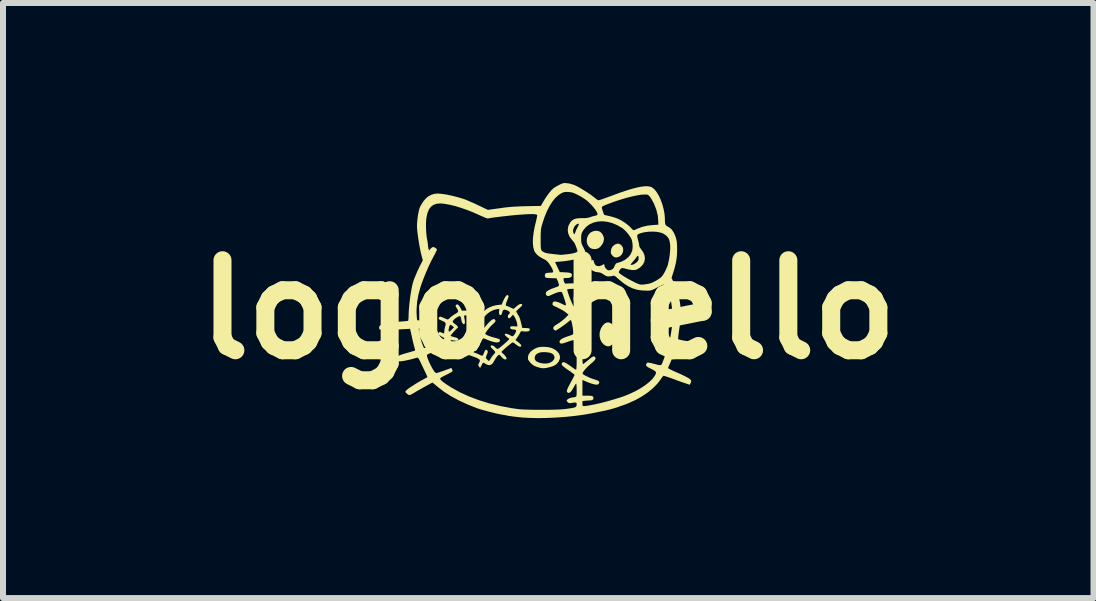
<source format=kicad_pcb>
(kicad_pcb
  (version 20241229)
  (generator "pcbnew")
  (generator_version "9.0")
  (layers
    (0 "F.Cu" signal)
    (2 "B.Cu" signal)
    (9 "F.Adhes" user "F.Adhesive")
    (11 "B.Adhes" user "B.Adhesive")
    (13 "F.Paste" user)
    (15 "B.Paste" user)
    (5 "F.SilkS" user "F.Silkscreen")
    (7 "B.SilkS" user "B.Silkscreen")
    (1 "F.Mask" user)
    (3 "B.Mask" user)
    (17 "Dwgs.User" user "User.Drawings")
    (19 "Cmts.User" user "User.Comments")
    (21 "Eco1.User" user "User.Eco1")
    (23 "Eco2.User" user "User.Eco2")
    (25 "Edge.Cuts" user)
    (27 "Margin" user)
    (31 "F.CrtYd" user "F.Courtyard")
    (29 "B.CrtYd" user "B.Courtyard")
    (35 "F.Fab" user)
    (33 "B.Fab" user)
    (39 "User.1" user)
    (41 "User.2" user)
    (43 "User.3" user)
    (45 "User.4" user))
  (footprint "logo hello"
    (layer "F.Cu")
    (at 6.086 2.108)
    (property "Reference" "logo hello" (at 0 0 0) (layer "F.SilkS") (effects (font (size 1.5 1.5) (thickness 0.3))))
    (attr board_only exclude_from_pos_files exclude_from_bom)
    (fp_poly (pts (xy 1.181 -1.096) (xy 1.21 -1.078) (xy 1.222 -1.067) (xy 1.242 -1.034) (xy 1.249 -0.996) (xy 1.243 -0.957) (xy 1.226 -0.92) (xy 1.198 -0.891) (xy 1.176 -0.879) (xy 1.139 -0.868) (xy 1.108 -0.87) (xy 1.08 -0.888) (xy 1.071 -0.896) (xy 1.052 -0.919) (xy 1.043 -0.941) (xy 1.042 -0.962) (xy 1.049 -1.01) (xy 1.071 -1.051) (xy 1.106 -1.08) (xy 1.115 -1.085) (xy 1.151 -1.098)) (stroke (width 0) (type solid)) (fill yes) (layer "F.SilkS"))
    (fp_poly (pts (xy 1.016 0.216) (xy 1.052 0.234) (xy 1.087 0.268) (xy 1.11 0.305) (xy 1.134 0.366) (xy 1.14 0.426) (xy 1.131 0.483) (xy 1.106 0.537) (xy 1.067 0.582) (xy 1.031 0.606) (xy 0.996 0.614) (xy 0.959 0.604) (xy 0.927 0.584) (xy 0.891 0.546) (xy 0.867 0.498) (xy 0.855 0.443) (xy 0.856 0.386) (xy 0.871 0.33) (xy 0.878 0.312) (xy 0.909 0.263) (xy 0.943 0.231) (xy 0.979 0.215)) (stroke (width 0) (type solid)) (fill yes) (layer "F.SilkS"))
    (fp_poly (pts (xy 0.828 -1.31) (xy 0.864 -1.296) (xy 0.864 -1.296) (xy 0.892 -1.27) (xy 0.914 -1.233) (xy 0.927 -1.193) (xy 0.928 -1.177) (xy 0.92 -1.13) (xy 0.898 -1.084) (xy 0.865 -1.044) (xy 0.83 -1.019) (xy 0.792 -1.008) (xy 0.749 -1.008) (xy 0.71 -1.02) (xy 0.699 -1.026) (xy 0.667 -1.058) (xy 0.647 -1.098) (xy 0.64 -1.142) (xy 0.645 -1.189) (xy 0.662 -1.233) (xy 0.691 -1.271) (xy 0.706 -1.284) (xy 0.743 -1.303) (xy 0.786 -1.312)) (stroke (width 0) (type solid)) (fill yes) (layer "F.SilkS"))
    (fp_poly (pts (xy -0.004 0.626) (xy 0.055 0.64) (xy 0.107 0.665) (xy 0.143 0.692) (xy 0.177 0.731) (xy 0.194 0.774) (xy 0.194 0.817) (xy 0.176 0.861) (xy 0.156 0.889) (xy 0.133 0.912) (xy 0.107 0.93) (xy 0.075 0.944) (xy 0.032 0.958) (xy 0.011 0.963) (xy -0.035 0.974) (xy -0.071 0.978) (xy -0.104 0.977) (xy -0.141 0.97) (xy -0.162 0.964) (xy -0.195 0.953) (xy -0.226 0.942) (xy -0.241 0.934) (xy -0.267 0.916) (xy -0.294 0.89) (xy -0.318 0.862) (xy -0.334 0.836) (xy -0.338 0.827) (xy -0.339 0.79) (xy -0.226 0.79) (xy -0.225 0.824) (xy -0.218 0.842) (xy -0.198 0.863) (xy -0.165 0.88) (xy -0.123 0.893) (xy -0.077 0.899) (xy -0.031 0.899) (xy 0.01 0.892) (xy 0.023 0.888) (xy 0.064 0.865) (xy 0.091 0.837) (xy 0.104 0.807) (xy 0.101 0.777) (xy 0.083 0.749) (xy 0.059 0.731) (xy 0.032 0.721) (xy -0.006 0.714) (xy -0.05 0.71) (xy -0.094 0.71) (xy -0.133 0.714) (xy -0.145 0.717) (xy -0.185 0.734) (xy -0.212 0.759) (xy -0.226 0.79) (xy -0.339 0.79) (xy -0.339 0.786) (xy -0.325 0.745) (xy -0.297 0.705) (xy -0.256 0.671) (xy -0.212 0.646) (xy -0.183 0.634) (xy -0.157 0.627) (xy -0.129 0.623) (xy -0.091 0.621) (xy -0.075 0.621)) (stroke (width 0) (type solid)) (fill yes) (layer "F.SilkS"))
    (fp_poly (pts (xy -0.889 0.168) (xy -0.883 0.177) (xy -0.879 0.187) (xy -0.881 0.197) (xy -0.89 0.211) (xy -0.909 0.23) (xy -0.931 0.25) (xy -0.96 0.279) (xy -0.988 0.311) (xy -1.014 0.344) (xy -1.035 0.372) (xy -1.048 0.394) (xy -1.05 0.403) (xy -1.042 0.413) (xy -1.02 0.426) (xy -0.988 0.44) (xy -0.947 0.454) (xy -0.902 0.467) (xy -0.86 0.478) (xy -0.832 0.487) (xy -0.816 0.495) (xy -0.808 0.503) (xy -0.805 0.514) (xy -0.805 0.517) (xy -0.813 0.536) (xy -0.833 0.546) (xy -0.867 0.548) (xy -0.911 0.54) (xy -0.964 0.524) (xy -1.006 0.508) (xy -1.046 0.491) (xy -1.073 0.481) (xy -1.091 0.479) (xy -1.103 0.485) (xy -1.113 0.502) (xy -1.125 0.529) (xy -1.129 0.54) (xy -1.152 0.595) (xy -1.171 0.635) (xy -1.186 0.663) (xy -1.198 0.68) (xy -1.21 0.689) (xy -1.221 0.691) (xy -1.236 0.689) (xy -1.242 0.679) (xy -1.243 0.661) (xy -1.239 0.64) (xy -1.229 0.608) (xy -1.215 0.569) (xy -1.203 0.542) (xy -1.187 0.504) (xy -1.175 0.472) (xy -1.166 0.447) (xy -1.164 0.437) (xy -1.172 0.424) (xy -1.195 0.406) (xy -1.234 0.381) (xy -1.242 0.376) (xy -1.288 0.349) (xy -1.319 0.327) (xy -1.338 0.31) (xy -1.346 0.295) (xy -1.345 0.285) (xy -1.332 0.273) (xy -1.308 0.273) (xy -1.274 0.286) (xy -1.23 0.31) (xy -1.223 0.315) (xy -1.183 0.341) (xy -1.153 0.357) (xy -1.132 0.363) (xy -1.115 0.36) (xy -1.099 0.347) (xy -1.081 0.324) (xy -1.076 0.318) (xy -1.051 0.286) (xy -1.02 0.249) (xy -0.989 0.215) (xy -0.986 0.212) (xy -0.952 0.18) (xy -0.925 0.162) (xy -0.904 0.158)) (stroke (width 0) (type solid)) (fill yes) (layer "F.SilkS"))
    (fp_poly (pts (xy -0.669 -0.235) (xy -0.663 -0.227) (xy -0.662 -0.216) (xy -0.667 -0.198) (xy -0.678 -0.17) (xy -0.682 -0.16) (xy -0.7 -0.114) (xy -0.708 -0.083) (xy -0.706 -0.065) (xy -0.698 -0.061) (xy -0.685 -0.058) (xy -0.661 -0.048) (xy -0.633 -0.036) (xy -0.579 -0.01) (xy -0.528 -0.054) (xy -0.496 -0.079) (xy -0.472 -0.092) (xy -0.455 -0.094) (xy -0.437 -0.088) (xy -0.434 -0.076) (xy -0.446 -0.056) (xy -0.474 -0.029) (xy -0.482 -0.023) (xy -0.507 -0.001) (xy -0.525 0.018) (xy -0.534 0.03) (xy -0.534 0.031) (xy -0.529 0.044) (xy -0.517 0.065) (xy -0.504 0.087) (xy -0.484 0.121) (xy -0.469 0.162) (xy -0.455 0.216) (xy -0.454 0.219) (xy -0.434 0.306) (xy -0.372 0.308) (xy -0.34 0.31) (xy -0.321 0.313) (xy -0.312 0.319) (xy -0.308 0.328) (xy -0.308 0.33) (xy -0.312 0.35) (xy -0.332 0.362) (xy -0.368 0.366) (xy -0.4 0.365) (xy -0.455 0.36) (xy -0.469 0.388) (xy -0.482 0.41) (xy -0.5 0.44) (xy -0.515 0.463) (xy -0.547 0.509) (xy -0.521 0.528) (xy -0.49 0.552) (xy -0.466 0.575) (xy -0.451 0.595) (xy -0.449 0.606) (xy -0.46 0.619) (xy -0.481 0.618) (xy -0.509 0.604) (xy -0.539 0.582) (xy -0.57 0.558) (xy -0.59 0.548) (xy -0.598 0.549) (xy -0.617 0.562) (xy -0.643 0.583) (xy -0.674 0.607) (xy -0.705 0.634) (xy -0.734 0.659) (xy -0.758 0.682) (xy -0.774 0.698) (xy -0.779 0.705) (xy -0.772 0.718) (xy -0.756 0.734) (xy -0.752 0.737) (xy -0.731 0.757) (xy -0.712 0.78) (xy -0.699 0.802) (xy -0.695 0.819) (xy -0.696 0.823) (xy -0.711 0.832) (xy -0.732 0.829) (xy -0.757 0.812) (xy -0.776 0.792) (xy -0.795 0.771) (xy -0.811 0.757) (xy -0.819 0.753) (xy -0.834 0.76) (xy -0.854 0.781) (xy -0.875 0.811) (xy -0.897 0.848) (xy -0.9 0.854) (xy -0.926 0.896) (xy -0.955 0.92) (xy -0.986 0.928) (xy -1.022 0.918) (xy -1.043 0.906) (xy -1.065 0.893) (xy -1.08 0.885) (xy -1.083 0.884) (xy -1.091 0.891) (xy -1.103 0.91) (xy -1.112 0.928) (xy -1.124 0.952) (xy -1.133 0.968) (xy -1.137 0.971) (xy -1.144 0.965) (xy -1.155 0.948) (xy -1.156 0.947) (xy -1.165 0.929) (xy -1.165 0.914) (xy -1.156 0.895) (xy -1.154 0.892) (xy -1.142 0.864) (xy -1.14 0.845) (xy -1.15 0.83) (xy -1.174 0.815) (xy -1.194 0.805) (xy -1.223 0.793) (xy -1.262 0.779) (xy -1.306 0.764) (xy -1.352 0.749) (xy -1.395 0.736) (xy -1.432 0.725) (xy -1.459 0.719) (xy -1.47 0.718) (xy -1.485 0.723) (xy -1.507 0.737) (xy -1.533 0.757) (xy -1.559 0.779) (xy -1.577 0.791) (xy -1.59 0.795) (xy -1.602 0.792) (xy -1.611 0.787) (xy -1.622 0.775) (xy -1.617 0.758) (xy -1.596 0.738) (xy -1.58 0.727) (xy -1.561 0.711) (xy -1.55 0.696) (xy -1.549 0.693) (xy -1.556 0.68) (xy -1.574 0.664) (xy -1.589 0.654) (xy -1.617 0.632) (xy -1.648 0.605) (xy -1.663 0.589) (xy -1.698 0.549) (xy -1.723 0.572) (xy -1.745 0.59) (xy -1.76 0.594) (xy -1.774 0.585) (xy -1.776 0.583) (xy -1.78 0.572) (xy -1.775 0.556) (xy -1.761 0.531) (xy -1.76 0.529) (xy -1.745 0.505) (xy -1.735 0.486) (xy -1.733 0.48) (xy -1.74 0.472) (xy -1.758 0.46) (xy -1.766 0.456) (xy -1.793 0.44) (xy -1.797 0.437) (xy -1.628 0.437) (xy -1.62 0.443) (xy -1.6 0.45) (xy -1.571 0.458) (xy -1.57 0.458) (xy -1.528 0.47) (xy -1.504 0.484) (xy -1.497 0.498) (xy -1.508 0.515) (xy -1.509 0.516) (xy -1.522 0.522) (xy -1.541 0.521) (xy -1.571 0.516) (xy -1.599 0.512) (xy -1.618 0.51) (xy -1.625 0.511) (xy -1.625 0.522) (xy -1.614 0.54) (xy -1.594 0.561) (xy -1.569 0.584) (xy -1.542 0.604) (xy -1.515 0.619) (xy -1.496 0.626) (xy -1.467 0.626) (xy -1.447 0.616) (xy -1.414 0.592) (xy -1.39 0.578) (xy -1.374 0.571) (xy -1.36 0.569) (xy -1.359 0.569) (xy -1.34 0.574) (xy -1.333 0.586) (xy -1.338 0.603) (xy -1.354 0.619) (xy -1.374 0.63) (xy -1.392 0.641) (xy -1.4 0.652) (xy -1.4 0.653) (xy -1.399 0.664) (xy -1.397 0.665) (xy -1.382 0.668) (xy -1.355 0.676) (xy -1.319 0.687) (xy -1.279 0.7) (xy -1.239 0.714) (xy -1.203 0.728) (xy -1.174 0.739) (xy -1.163 0.744) (xy -1.135 0.758) (xy -1.112 0.767) (xy -1.1 0.77) (xy -1.092 0.763) (xy -1.08 0.743) (xy -1.071 0.72) (xy -1.058 0.689) (xy -1.046 0.673) (xy -1.037 0.67) (xy -1.018 0.677) (xy -1.009 0.695) (xy -1.011 0.721) (xy -1.013 0.726) (xy -1.025 0.755) (xy -1.035 0.779) (xy -1.04 0.797) (xy -1.037 0.81) (xy -1.024 0.827) (xy -1.02 0.831) (xy -1.003 0.848) (xy -0.991 0.857) (xy -0.989 0.858) (xy -0.983 0.851) (xy -0.97 0.833) (xy -0.957 0.812) (xy -0.938 0.783) (xy -0.918 0.757) (xy -0.907 0.745) (xy -0.891 0.727) (xy -0.884 0.711) (xy -0.884 0.71) (xy -0.89 0.698) (xy -0.906 0.679) (xy -0.925 0.661) (xy -0.949 0.637) (xy -0.96 0.62) (xy -0.96 0.61) (xy -0.948 0.597) (xy -0.928 0.598) (xy -0.904 0.611) (xy -0.888 0.626) (xy -0.868 0.644) (xy -0.851 0.655) (xy -0.846 0.656) (xy -0.833 0.651) (xy -0.809 0.635) (xy -0.778 0.61) (xy -0.74 0.578) (xy -0.7 0.542) (xy -0.683 0.527) (xy -0.662 0.506) (xy -0.652 0.494) (xy -0.652 0.486) (xy -0.658 0.481) (xy -0.683 0.464) (xy -0.705 0.444) (xy -0.721 0.426) (xy -0.726 0.415) (xy -0.72 0.405) (xy -0.701 0.403) (xy -0.674 0.41) (xy -0.642 0.425) (xy -0.639 0.426) (xy -0.614 0.44) (xy -0.599 0.445) (xy -0.589 0.443) (xy -0.579 0.434) (xy -0.562 0.414) (xy -0.547 0.388) (xy -0.538 0.364) (xy -0.537 0.346) (xy -0.537 0.345) (xy -0.55 0.336) (xy -0.575 0.333) (xy -0.576 0.333) (xy -0.607 0.329) (xy -0.628 0.319) (xy -0.637 0.304) (xy -0.634 0.292) (xy -0.625 0.283) (xy -0.61 0.278) (xy -0.585 0.278) (xy -0.57 0.279) (xy -0.516 0.282) (xy -0.516 0.255) (xy -0.521 0.225) (xy -0.532 0.188) (xy -0.547 0.15) (xy -0.564 0.118) (xy -0.571 0.109) (xy -0.589 0.086) (xy -0.617 0.119) (xy -0.639 0.14) (xy -0.655 0.147) (xy -0.659 0.146) (xy -0.671 0.134) (xy -0.674 0.113) (xy -0.669 0.092) (xy -0.656 0.077) (xy -0.64 0.061) (xy -0.642 0.044) (xy -0.659 0.027) (xy -0.679 0.016) (xy -0.714 0.004) (xy -0.738 0.002) (xy -0.754 0.013) (xy -0.765 0.038) (xy -0.765 0.041) (xy -0.776 0.075) (xy -0.789 0.091) (xy -0.803 0.092) (xy -0.81 0.087) (xy -0.819 0.074) (xy -0.822 0.053) (xy -0.82 0.032) (xy -0.816 -0.011) (xy -0.858 -0.006) (xy -0.913 0.008) (xy -0.969 0.036) (xy -1.021 0.074) (xy -1.064 0.119) (xy -1.091 0.159) (xy -1.104 0.183) (xy -1.114 0.198) (xy -1.119 0.201) (xy -1.128 0.196) (xy -1.145 0.181) (xy -1.155 0.171) (xy -1.182 0.148) (xy -1.204 0.141) (xy -1.22 0.151) (xy -1.226 0.16) (xy -1.239 0.18) (xy -1.256 0.2) (xy -1.271 0.215) (xy -1.279 0.219) (xy -1.288 0.211) (xy -1.291 0.193) (xy -1.287 0.168) (xy -1.282 0.154) (xy -1.273 0.127) (xy -1.273 0.11) (xy -1.286 0.101) (xy -1.312 0.097) (xy -1.337 0.096) (xy -1.368 0.097) (xy -1.391 0.099) (xy -1.402 0.101) (xy -1.402 0.101) (xy -1.403 0.111) (xy -1.4 0.133) (xy -1.395 0.158) (xy -1.389 0.196) (xy -1.39 0.225) (xy -1.399 0.242) (xy -1.408 0.245) (xy -1.422 0.237) (xy -1.436 0.216) (xy -1.446 0.187) (xy -1.448 0.176) (xy -1.453 0.148) (xy -1.46 0.126) (xy -1.462 0.121) (xy -1.469 0.111) (xy -1.479 0.11) (xy -1.497 0.116) (xy -1.504 0.119) (xy -1.531 0.134) (xy -1.558 0.154) (xy -1.58 0.177) (xy -1.592 0.196) (xy -1.593 0.202) (xy -1.586 0.215) (xy -1.568 0.232) (xy -1.549 0.245) (xy -1.52 0.268) (xy -1.506 0.288) (xy -1.508 0.305) (xy -1.518 0.312) (xy -1.53 0.322) (xy -1.548 0.341) (xy -1.57 0.365) (xy -1.593 0.39) (xy -1.612 0.413) (xy -1.625 0.43) (xy -1.628 0.437) (xy -1.797 0.437) (xy -1.817 0.424) (xy -1.82 0.421) (xy -1.835 0.408) (xy -1.836 0.399) (xy -1.826 0.386) (xy -1.826 0.386) (xy -1.815 0.375) (xy -1.805 0.373) (xy -1.789 0.379) (xy -1.777 0.385) (xy -1.755 0.394) (xy -1.741 0.397) (xy -1.738 0.396) (xy -1.735 0.385) (xy -1.733 0.363) (xy -1.733 0.36) (xy -1.732 0.355) (xy -1.661 0.355) (xy -1.656 0.367) (xy -1.642 0.364) (xy -1.62 0.346) (xy -1.606 0.332) (xy -1.571 0.296) (xy -1.596 0.275) (xy -1.614 0.261) (xy -1.627 0.254) (xy -1.628 0.254) (xy -1.64 0.262) (xy -1.65 0.285) (xy -1.658 0.318) (xy -1.66 0.328) (xy -1.661 0.355) (xy -1.732 0.355) (xy -1.73 0.334) (xy -1.723 0.301) (xy -1.718 0.282) (xy -1.71 0.25) (xy -1.711 0.228) (xy -1.723 0.211) (xy -1.749 0.196) (xy -1.764 0.19) (xy -1.798 0.174) (xy -1.819 0.163) (xy -1.828 0.153) (xy -1.826 0.143) (xy -1.817 0.13) (xy -1.817 0.128) (xy -1.81 0.121) (xy -1.801 0.118) (xy -1.787 0.121) (xy -1.763 0.131) (xy -1.743 0.139) (xy -1.713 0.152) (xy -1.689 0.162) (xy -1.675 0.166) (xy -1.674 0.166) (xy -1.664 0.16) (xy -1.647 0.146) (xy -1.636 0.135) (xy -1.612 0.114) (xy -1.58 0.091) (xy -1.551 0.073) (xy -1.521 0.055) (xy -1.505 0.04) (xy -1.502 0.024) (xy -1.51 0.002) (xy -1.529 -0.029) (xy -1.542 -0.052) (xy -1.544 -0.066) (xy -1.54 -0.075) (xy -1.522 -0.087) (xy -1.503 -0.081) (xy -1.481 -0.057) (xy -1.467 -0.033) (xy -1.44 0.017) (xy -1.396 0.017) (xy -1.363 0.02) (xy -1.323 0.026) (xy -1.296 0.031) (xy -1.267 0.037) (xy -1.244 0.039) (xy -1.234 0.037) (xy -1.227 0.024) (xy -1.217 -0.001) (xy -1.207 -0.031) (xy -1.198 -0.062) (xy -1.192 -0.088) (xy -1.19 -0.101) (xy -1.184 -0.124) (xy -1.166 -0.136) (xy -1.147 -0.136) (xy -1.135 -0.128) (xy -1.13 -0.114) (xy -1.132 -0.09) (xy -1.14 -0.055) (xy -1.151 -0.02) (xy -1.164 0.021) (xy -1.17 0.05) (xy -1.171 0.067) (xy -1.166 0.077) (xy -1.156 0.083) (xy -1.154 0.083) (xy -1.141 0.084) (xy -1.125 0.075) (xy -1.102 0.056) (xy -1.091 0.046) (xy -1.063 0.021) (xy -1.036 -0.002) (xy -1.017 -0.017) (xy -0.975 -0.039) (xy -0.923 -0.059) (xy -0.866 -0.073) (xy -0.832 -0.077) (xy -0.776 -0.083) (xy -0.751 -0.144) (xy -0.735 -0.178) (xy -0.718 -0.207) (xy -0.704 -0.227) (xy -0.704 -0.227) (xy -0.689 -0.241) (xy -0.679 -0.243)) (stroke (width 0) (type solid)) (fill yes) (layer "F.SilkS"))
    (fp_poly (pts (xy 0.294 -2.107) (xy 0.307 -2.106) (xy 0.36 -2.098) (xy 0.419 -2.08) (xy 0.438 -2.073) (xy 0.477 -2.055) (xy 0.525 -2.029) (xy 0.578 -1.997) (xy 0.634 -1.962) (xy 0.689 -1.926) (xy 0.737 -1.891) (xy 0.776 -1.861) (xy 0.781 -1.856) (xy 0.805 -1.837) (xy 0.827 -1.824) (xy 0.838 -1.821) (xy 0.851 -1.824) (xy 0.878 -1.832) (xy 0.915 -1.845) (xy 0.962 -1.862) (xy 1.014 -1.881) (xy 1.043 -1.891) (xy 1.171 -1.939) (xy 1.285 -1.978) (xy 1.385 -2.009) (xy 1.472 -2.032) (xy 1.547 -2.047) (xy 1.61 -2.054) (xy 1.662 -2.054) (xy 1.704 -2.046) (xy 1.733 -2.033) (xy 1.771 -2.001) (xy 1.807 -1.955) (xy 1.842 -1.897) (xy 1.873 -1.829) (xy 1.9 -1.756) (xy 1.921 -1.678) (xy 1.936 -1.6) (xy 1.943 -1.524) (xy 1.943 -1.502) (xy 1.944 -1.46) (xy 1.948 -1.43) (xy 1.955 -1.41) (xy 1.969 -1.396) (xy 1.991 -1.382) (xy 1.994 -1.38) (xy 2.03 -1.358) (xy 2.056 -1.334) (xy 2.079 -1.302) (xy 2.099 -1.265) (xy 2.119 -1.219) (xy 2.133 -1.174) (xy 2.142 -1.124) (xy 2.146 -1.066) (xy 2.147 -1.002) (xy 2.145 -0.92) (xy 2.137 -0.842) (xy 2.123 -0.764) (xy 2.102 -0.68) (xy 2.086 -0.628) (xy 2.054 -0.526) (xy 2.103 -0.427) (xy 2.128 -0.373) (xy 2.147 -0.326) (xy 2.162 -0.277) (xy 2.175 -0.22) (xy 2.184 -0.171) (xy 2.193 -0.122) (xy 2.199 -0.077) (xy 2.203 -0.048) (xy 2.208 0.015) (xy 2.345 0.021) (xy 2.4 0.023) (xy 2.455 0.024) (xy 2.507 0.026) (xy 2.548 0.026) (xy 2.557 0.026) (xy 2.595 0.027) (xy 2.619 0.029) (xy 2.633 0.033) (xy 2.643 0.04) (xy 2.647 0.046) (xy 2.659 0.069) (xy 2.659 0.093) (xy 2.647 0.124) (xy 2.646 0.127) (xy 2.631 0.158) (xy 2.42 0.157) (xy 2.21 0.156) (xy 2.204 0.189) (xy 2.195 0.246) (xy 2.186 0.303) (xy 2.178 0.357) (xy 2.171 0.406) (xy 2.167 0.446) (xy 2.164 0.475) (xy 2.164 0.49) (xy 2.164 0.491) (xy 2.174 0.498) (xy 2.2 0.505) (xy 2.243 0.514) (xy 2.303 0.524) (xy 2.303 0.524) (xy 2.371 0.535) (xy 2.423 0.545) (xy 2.462 0.556) (xy 2.49 0.569) (xy 2.509 0.583) (xy 2.522 0.6) (xy 2.526 0.608) (xy 2.534 0.635) (xy 2.53 0.655) (xy 2.53 0.656) (xy 2.524 0.665) (xy 2.517 0.672) (xy 2.507 0.677) (xy 2.491 0.679) (xy 2.468 0.678) (xy 2.435 0.675) (xy 2.391 0.67) (xy 2.334 0.661) (xy 2.271 0.652) (xy 2.219 0.645) (xy 2.182 0.64) (xy 2.157 0.639) (xy 2.14 0.642) (xy 2.13 0.649) (xy 2.123 0.661) (xy 2.119 0.672) (xy 2.1 0.722) (xy 2.079 0.777) (xy 2.057 0.83) (xy 2.037 0.877) (xy 2.021 0.913) (xy 2.021 0.913) (xy 2.008 0.941) (xy 1.999 0.964) (xy 1.996 0.976) (xy 2.003 0.982) (xy 2.025 0.994) (xy 2.057 1.01) (xy 2.097 1.029) (xy 2.132 1.044) (xy 2.212 1.079) (xy 2.276 1.11) (xy 2.325 1.136) (xy 2.358 1.157) (xy 2.376 1.176) (xy 2.381 1.188) (xy 2.378 1.208) (xy 2.37 1.229) (xy 2.361 1.246) (xy 2.355 1.252) (xy 2.344 1.249) (xy 2.319 1.241) (xy 2.285 1.229) (xy 2.243 1.215) (xy 2.198 1.199) (xy 2.151 1.182) (xy 2.127 1.173) (xy 2.084 1.157) (xy 2.04 1.141) (xy 1.998 1.127) (xy 1.962 1.115) (xy 1.935 1.107) (xy 1.92 1.103) (xy 1.919 1.103) (xy 1.911 1.11) (xy 1.897 1.128) (xy 1.88 1.153) (xy 1.877 1.158) (xy 1.82 1.233) (xy 1.748 1.307) (xy 1.663 1.378) (xy 1.566 1.444) (xy 1.46 1.504) (xy 1.348 1.555) (xy 1.322 1.566) (xy 1.253 1.592) (xy 1.191 1.614) (xy 1.133 1.634) (xy 1.075 1.651) (xy 1.013 1.668) (xy 0.946 1.684) (xy 0.869 1.7) (xy 0.78 1.718) (xy 0.731 1.728) (xy 0.592 1.752) (xy 0.445 1.772) (xy 0.292 1.788) (xy 0.137 1.799) (xy -0.016 1.806) (xy -0.164 1.809) (xy -0.304 1.806) (xy -0.432 1.799) (xy -0.473 1.795) (xy -0.527 1.789) (xy -0.578 1.783) (xy -0.622 1.777) (xy -0.655 1.773) (xy -0.67 1.77) (xy -0.703 1.763) (xy -0.743 1.756) (xy -0.771 1.751) (xy -0.818 1.742) (xy -0.878 1.729) (xy -0.944 1.713) (xy -1.013 1.695) (xy -1.08 1.677) (xy -1.139 1.66) (xy -1.186 1.644) (xy -1.192 1.642) (xy -1.344 1.582) (xy -1.487 1.516) (xy -1.619 1.445) (xy -1.737 1.37) (xy -1.839 1.292) (xy -1.854 1.279) (xy -1.883 1.254) (xy -1.908 1.234) (xy -1.924 1.22) (xy -1.929 1.217) (xy -1.938 1.221) (xy -1.96 1.232) (xy -1.991 1.249) (xy -2.029 1.269) (xy -2.071 1.293) (xy -2.114 1.317) (xy -2.155 1.34) (xy -2.192 1.361) (xy -2.222 1.379) (xy -2.237 1.388) (xy -2.268 1.406) (xy -2.294 1.419) (xy -2.311 1.426) (xy -2.314 1.427) (xy -2.329 1.421) (xy -2.349 1.407) (xy -2.355 1.402) (xy -2.369 1.389) (xy -2.378 1.378) (xy -2.38 1.367) (xy -2.375 1.355) (xy -2.361 1.341) (xy -2.337 1.322) (xy -2.302 1.297) (xy -2.254 1.266) (xy -2.214 1.24) (xy -2.173 1.215) (xy -2.129 1.189) (xy -2.088 1.167) (xy -2.077 1.161) (xy -2.047 1.145) (xy -2.025 1.133) (xy -2.014 1.126) (xy -2.013 1.125) (xy -2.017 1.116) (xy -2.026 1.094) (xy -2.041 1.062) (xy -2.059 1.024) (xy -2.064 1.013) (xy -2.086 0.968) (xy -2.107 0.924) (xy -2.125 0.886) (xy -2.138 0.858) (xy -2.138 0.857) (xy -2.152 0.83) (xy -2.165 0.81) (xy -2.173 0.803) (xy -2.188 0.803) (xy -2.212 0.808) (xy -2.218 0.81) (xy -2.254 0.821) (xy -2.301 0.833) (xy -2.351 0.844) (xy -2.399 0.854) (xy -2.439 0.86) (xy -2.448 0.861) (xy -2.476 0.863) (xy -2.493 0.86) (xy -2.504 0.851) (xy -2.507 0.847) (xy -2.52 0.818) (xy -2.515 0.791) (xy -2.5 0.773) (xy -2.485 0.765) (xy -2.456 0.754) (xy -2.417 0.741) (xy -2.372 0.728) (xy -2.354 0.723) (xy -2.309 0.71) (xy -2.27 0.699) (xy -2.241 0.69) (xy -2.224 0.684) (xy -2.221 0.683) (xy -2.219 0.672) (xy -2.224 0.651) (xy -2.228 0.638) (xy -2.235 0.615) (xy -2.244 0.579) (xy -2.255 0.536) (xy -2.266 0.489) (xy -2.268 0.481) (xy -2.277 0.436) (xy -2.286 0.396) (xy -2.293 0.364) (xy -2.298 0.345) (xy -2.298 0.342) (xy -2.303 0.321) (xy -2.414 0.327) (xy -2.508 0.332) (xy -2.587 0.336) (xy -2.651 0.339) (xy -2.702 0.34) (xy -2.741 0.341) (xy -2.77 0.339) (xy -2.791 0.337) (xy -2.805 0.332) (xy -2.813 0.326) (xy -2.817 0.318) (xy -2.818 0.308) (xy -2.818 0.296) (xy -2.812 0.276) (xy -2.792 0.259) (xy -2.759 0.244) (xy -2.711 0.231) (xy -2.648 0.219) (xy -2.568 0.21) (xy -2.472 0.201) (xy -2.469 0.201) (xy -2.424 0.198) (xy -2.385 0.194) (xy -2.355 0.191) (xy -2.338 0.188) (xy -2.336 0.187) (xy -2.332 0.177) (xy -2.33 0.154) (xy -2.328 0.122) (xy -2.328 0.11) (xy -2.326 0.045) (xy -2.323 0.000044) (xy -2.195 0.000044) (xy -2.195 0.058) (xy -2.192 0.1) (xy -2.19 0.136) (xy -2.187 0.162) (xy -2.184 0.174) (xy -2.184 0.174) (xy -2.173 0.179) (xy -2.146 0.182) (xy -2.108 0.184) (xy -2.089 0.184) (xy -2.019 0.187) (xy -1.961 0.193) (xy -1.917 0.204) (xy -1.886 0.218) (xy -1.871 0.235) (xy -1.871 0.252) (xy -1.879 0.272) (xy -1.887 0.286) (xy -1.899 0.296) (xy -1.918 0.302) (xy -1.946 0.305) (xy -1.986 0.307) (xy -2.026 0.308) (xy -2.071 0.309) (xy -2.11 0.311) (xy -2.138 0.313) (xy -2.154 0.314) (xy -2.156 0.315) (xy -2.158 0.327) (xy -2.155 0.353) (xy -2.149 0.388) (xy -2.14 0.429) (xy -2.13 0.473) (xy -2.118 0.517) (xy -2.105 0.557) (xy -2.095 0.585) (xy -2.072 0.641) (xy -2.023 0.635) (xy -1.985 0.631) (xy -1.943 0.628) (xy -1.917 0.627) (xy -1.886 0.627) (xy -1.868 0.629) (xy -1.857 0.636) (xy -1.848 0.648) (xy -1.847 0.65) (xy -1.841 0.663) (xy -1.839 0.672) (xy -1.845 0.68) (xy -1.86 0.689) (xy -1.887 0.7) (xy -1.927 0.714) (xy -1.941 0.719) (xy -1.978 0.732) (xy -2.002 0.742) (xy -2.015 0.75) (xy -2.021 0.759) (xy -2.022 0.77) (xy -2.022 0.772) (xy -2.018 0.791) (xy -2.007 0.822) (xy -1.991 0.861) (xy -1.972 0.903) (xy -1.951 0.945) (xy -1.93 0.984) (xy -1.911 1.015) (xy -1.909 1.019) (xy -1.891 1.041) (xy -1.874 1.056) (xy -1.866 1.059) (xy -1.853 1.056) (xy -1.827 1.048) (xy -1.791 1.036) (xy -1.749 1.022) (xy -1.733 1.016) (xy -1.615 0.973) (xy -1.603 0.995) (xy -1.596 1.015) (xy -1.596 1.028) (xy -1.605 1.036) (xy -1.627 1.049) (xy -1.658 1.067) (xy -1.696 1.086) (xy -1.702 1.088) (xy -1.747 1.111) (xy -1.778 1.129) (xy -1.796 1.142) (xy -1.803 1.152) (xy -1.803 1.153) (xy -1.794 1.169) (xy -1.771 1.192) (xy -1.732 1.222) (xy -1.678 1.259) (xy -1.61 1.302) (xy -1.474 1.378) (xy -1.323 1.447) (xy -1.159 1.509) (xy -0.985 1.563) (xy -0.802 1.607) (xy -0.612 1.643) (xy -0.503 1.659) (xy -0.46 1.663) (xy -0.403 1.666) (xy -0.334 1.668) (xy -0.257 1.67) (xy -0.175 1.671) (xy -0.091 1.671) (xy -0.008 1.671) (xy 0.072 1.669) (xy 0.145 1.667) (xy 0.207 1.664) (xy 0.257 1.66) (xy 0.275 1.658) (xy 0.338 1.65) (xy 0.386 1.643) (xy 0.421 1.636) (xy 0.445 1.629) (xy 0.46 1.621) (xy 0.468 1.611) (xy 0.472 1.597) (xy 0.472 1.58) (xy 0.473 1.578) (xy 0.471 1.558) (xy 0.462 1.551) (xy 0.444 1.549) (xy 0.415 1.552) (xy 0.385 1.557) (xy 0.383 1.557) (xy 0.358 1.561) (xy 0.339 1.555) (xy 0.328 1.548) (xy 0.313 1.532) (xy 0.306 1.519) (xy 0.306 1.519) (xy 0.314 1.503) (xy 0.334 1.487) (xy 0.362 1.474) (xy 0.394 1.466) (xy 0.395 1.466) (xy 0.427 1.462) (xy 0.449 1.458) (xy 0.462 1.451) (xy 0.469 1.438) (xy 0.472 1.416) (xy 0.473 1.382) (xy 0.473 1.343) (xy 0.472 1.297) (xy 0.47 1.262) (xy 0.467 1.24) (xy 0.464 1.234) (xy 0.456 1.241) (xy 0.443 1.261) (xy 0.428 1.288) (xy 0.425 1.293) (xy 0.398 1.34) (xy 0.373 1.372) (xy 0.349 1.388) (xy 0.329 1.388) (xy 0.312 1.373) (xy 0.309 1.362) (xy 0.311 1.346) (xy 0.319 1.323) (xy 0.334 1.291) (xy 0.356 1.248) (xy 0.386 1.191) (xy 0.392 1.182) (xy 0.41 1.147) (xy 0.425 1.118) (xy 0.435 1.097) (xy 0.438 1.089) (xy 0.431 1.081) (xy 0.412 1.065) (xy 0.384 1.044) (xy 0.349 1.019) (xy 0.336 1.011) (xy 0.29 0.979) (xy 0.258 0.954) (xy 0.237 0.936) (xy 0.226 0.921) (xy 0.223 0.908) (xy 0.226 0.895) (xy 0.228 0.893) (xy 0.239 0.88) (xy 0.255 0.877) (xy 0.278 0.883) (xy 0.31 0.901) (xy 0.352 0.929) (xy 0.364 0.937) (xy 0.398 0.962) (xy 0.428 0.983) (xy 0.45 0.997) (xy 0.461 1.004) (xy 0.466 0.998) (xy 0.469 0.977) (xy 0.471 0.944) (xy 0.473 0.901) (xy 0.473 0.853) (xy 0.472 0.8) (xy 0.471 0.747) (xy 0.468 0.695) (xy 0.465 0.648) (xy 0.461 0.609) (xy 0.456 0.582) (xy 0.448 0.547) (xy 0.44 0.524) (xy 0.427 0.512) (xy 0.408 0.511) (xy 0.379 0.518) (xy 0.336 0.533) (xy 0.332 0.534) (xy 0.283 0.552) (xy 0.247 0.563) (xy 0.221 0.567) (xy 0.204 0.565) (xy 0.193 0.557) (xy 0.193 0.556) (xy 0.186 0.54) (xy 0.191 0.521) (xy 0.204 0.504) (xy 0.227 0.487) (xy 0.264 0.469) (xy 0.315 0.45) (xy 0.337 0.442) (xy 0.37 0.431) (xy 0.397 0.421) (xy 0.412 0.413) (xy 0.414 0.412) (xy 0.417 0.4) (xy 0.416 0.375) (xy 0.413 0.342) (xy 0.408 0.304) (xy 0.401 0.265) (xy 0.394 0.229) (xy 0.386 0.199) (xy 0.379 0.18) (xy 0.375 0.175) (xy 0.364 0.18) (xy 0.345 0.194) (xy 0.328 0.208) (xy 0.304 0.228) (xy 0.272 0.252) (xy 0.237 0.277) (xy 0.202 0.302) (xy 0.169 0.323) (xy 0.142 0.34) (xy 0.124 0.349) (xy 0.119 0.35) (xy 0.105 0.344) (xy 0.092 0.333) (xy 0.082 0.313) (xy 0.087 0.293) (xy 0.107 0.27) (xy 0.145 0.245) (xy 0.155 0.24) (xy 0.189 0.217) (xy 0.228 0.188) (xy 0.266 0.156) (xy 0.276 0.147) (xy 0.337 0.087) (xy 0.3 0.054) (xy 0.259 0.024) (xy 0.203 -0.008) (xy 0.135 -0.042) (xy 0.112 -0.052) (xy 0.087 -0.064) (xy 0.074 -0.075) (xy 0.07 -0.089) (xy 0.07 -0.096) (xy 0.076 -0.121) (xy 0.095 -0.133) (xy 0.125 -0.134) (xy 0.167 -0.122) (xy 0.22 -0.099) (xy 0.233 -0.092) (xy 0.265 -0.076) (xy 0.284 -0.071) (xy 0.293 -0.075) (xy 0.293 -0.09) (xy 0.292 -0.094) (xy 0.286 -0.117) (xy 0.277 -0.149) (xy 0.265 -0.186) (xy 0.253 -0.222) (xy 0.241 -0.255) (xy 0.232 -0.279) (xy 0.228 -0.288) (xy 0.214 -0.295) (xy 0.188 -0.293) (xy 0.151 -0.285) (xy 0.108 -0.269) (xy 0.061 -0.249) (xy 0.029 -0.234) (xy 0.008 -0.226) (xy -0.005 -0.224) (xy -0.016 -0.228) (xy -0.023 -0.232) (xy -0.04 -0.252) (xy -0.042 -0.276) (xy -0.03 -0.298) (xy -0.028 -0.3) (xy 0.004 -0.322) (xy 0.054 -0.345) (xy 0.114 -0.367) (xy 0.146 -0.379) (xy 0.166 -0.388) (xy 0.175 -0.396) (xy 0.177 -0.406) (xy 0.177 -0.416) (xy 0.171 -0.44) (xy 0.16 -0.469) (xy 0.155 -0.481) (xy 0.136 -0.521) (xy 0.046 -0.523) (xy 0.005 -0.525) (xy -0.022 -0.527) (xy -0.039 -0.531) (xy -0.048 -0.537) (xy -0.053 -0.543) (xy -0.058 -0.566) (xy -0.053 -0.59) (xy -0.039 -0.606) (xy -0.032 -0.608) (xy -0.013 -0.611) (xy 0.016 -0.614) (xy 0.035 -0.615) (xy 0.062 -0.617) (xy 0.076 -0.62) (xy 0.081 -0.628) (xy 0.08 -0.639) (xy 0.068 -0.676) (xy 0.043 -0.722) (xy 0.009 -0.771) (xy -0.007 -0.791) (xy 0.114 -0.791) (xy 0.117 -0.783) (xy 0.127 -0.762) (xy 0.141 -0.732) (xy 0.153 -0.706) (xy 0.192 -0.624) (xy 0.279 -0.62) (xy 0.327 -0.617) (xy 0.359 -0.612) (xy 0.38 -0.603) (xy 0.391 -0.59) (xy 0.394 -0.571) (xy 0.394 -0.569) (xy 0.387 -0.548) (xy 0.367 -0.534) (xy 0.331 -0.526) (xy 0.302 -0.525) (xy 0.274 -0.525) (xy 0.26 -0.522) (xy 0.255 -0.514) (xy 0.254 -0.503) (xy 0.258 -0.478) (xy 0.266 -0.456) (xy 0.279 -0.432) (xy 0.372 -0.436) (xy 0.425 -0.437) (xy 0.463 -0.435) (xy 0.488 -0.428) (xy 0.502 -0.416) (xy 0.507 -0.399) (xy 0.508 -0.393) (xy 0.505 -0.374) (xy 0.495 -0.361) (xy 0.475 -0.353) (xy 0.443 -0.348) (xy 0.402 -0.345) (xy 0.366 -0.344) (xy 0.338 -0.341) (xy 0.32 -0.339) (xy 0.317 -0.338) (xy 0.316 -0.326) (xy 0.322 -0.301) (xy 0.332 -0.268) (xy 0.346 -0.228) (xy 0.362 -0.185) (xy 0.38 -0.142) (xy 0.397 -0.102) (xy 0.413 -0.069) (xy 0.427 -0.046) (xy 0.436 -0.035) (xy 0.437 -0.035) (xy 0.446 -0.042) (xy 0.461 -0.06) (xy 0.479 -0.085) (xy 0.482 -0.09) (xy 0.513 -0.135) (xy 0.537 -0.168) (xy 0.555 -0.189) (xy 0.57 -0.202) (xy 0.583 -0.208) (xy 0.596 -0.209) (xy 0.598 -0.208) (xy 0.616 -0.204) (xy 0.626 -0.194) (xy 0.627 -0.178) (xy 0.619 -0.153) (xy 0.602 -0.12) (xy 0.574 -0.076) (xy 0.536 -0.021) (xy 0.506 0.019) (xy 0.487 0.046) (xy 0.472 0.067) (xy 0.464 0.079) (xy 0.464 0.081) (xy 0.47 0.088) (xy 0.487 0.104) (xy 0.513 0.128) (xy 0.545 0.156) (xy 0.56 0.17) (xy 0.602 0.208) (xy 0.632 0.237) (xy 0.65 0.26) (xy 0.657 0.278) (xy 0.655 0.292) (xy 0.646 0.305) (xy 0.629 0.314) (xy 0.609 0.311) (xy 0.583 0.295) (xy 0.557 0.271) (xy 0.533 0.25) (xy 0.515 0.234) (xy 0.505 0.228) (xy 0.505 0.228) (xy 0.502 0.235) (xy 0.5 0.256) (xy 0.499 0.284) (xy 0.5 0.314) (xy 0.501 0.343) (xy 0.504 0.364) (xy 0.505 0.366) (xy 0.511 0.38) (xy 0.523 0.383) (xy 0.537 0.381) (xy 0.579 0.373) (xy 0.607 0.37) (xy 0.626 0.371) (xy 0.639 0.378) (xy 0.642 0.381) (xy 0.655 0.402) (xy 0.651 0.422) (xy 0.63 0.441) (xy 0.591 0.459) (xy 0.569 0.466) (xy 0.542 0.476) (xy 0.531 0.488) (xy 0.531 0.49) (xy 0.533 0.505) (xy 0.538 0.531) (xy 0.544 0.565) (xy 0.546 0.575) (xy 0.551 0.611) (xy 0.557 0.659) (xy 0.561 0.713) (xy 0.565 0.767) (xy 0.565 0.779) (xy 0.568 0.824) (xy 0.571 0.863) (xy 0.574 0.892) (xy 0.577 0.908) (xy 0.578 0.91) (xy 0.587 0.905) (xy 0.606 0.89) (xy 0.633 0.869) (xy 0.662 0.845) (xy 0.7 0.813) (xy 0.727 0.793) (xy 0.748 0.782) (xy 0.762 0.781) (xy 0.774 0.787) (xy 0.777 0.789) (xy 0.787 0.805) (xy 0.787 0.822) (xy 0.774 0.843) (xy 0.749 0.869) (xy 0.716 0.898) (xy 0.667 0.942) (xy 0.627 0.982) (xy 0.596 1.018) (xy 0.577 1.047) (xy 0.574 1.057) (xy 0.573 1.067) (xy 0.578 1.076) (xy 0.592 1.087) (xy 0.618 1.101) (xy 0.636 1.11) (xy 0.672 1.127) (xy 0.707 1.143) (xy 0.735 1.153) (xy 0.74 1.155) (xy 0.785 1.169) (xy 0.816 1.18) (xy 0.836 1.19) (xy 0.846 1.199) (xy 0.849 1.21) (xy 0.849 1.212) (xy 0.844 1.234) (xy 0.83 1.248) (xy 0.804 1.252) (xy 0.767 1.247) (xy 0.718 1.233) (xy 0.655 1.21) (xy 0.602 1.187) (xy 0.569 1.173) (xy 0.569 1.304) (xy 0.569 1.435) (xy 0.65 1.435) (xy 0.695 1.436) (xy 0.725 1.44) (xy 0.742 1.447) (xy 0.751 1.46) (xy 0.753 1.475) (xy 0.747 1.497) (xy 0.73 1.509) (xy 0.698 1.514) (xy 0.691 1.514) (xy 0.655 1.516) (xy 0.617 1.519) (xy 0.61 1.52) (xy 0.569 1.525) (xy 0.569 1.568) (xy 0.569 1.586) (xy 0.571 1.599) (xy 0.577 1.606) (xy 0.589 1.609) (xy 0.611 1.608) (xy 0.644 1.604) (xy 0.691 1.596) (xy 0.712 1.592) (xy 0.775 1.58) (xy 0.851 1.563) (xy 0.935 1.542) (xy 1.022 1.518) (xy 1.108 1.493) (xy 1.189 1.468) (xy 1.249 1.448) (xy 1.35 1.408) (xy 1.446 1.363) (xy 1.534 1.314) (xy 1.613 1.262) (xy 1.681 1.209) (xy 1.736 1.155) (xy 1.775 1.103) (xy 1.775 1.102) (xy 1.79 1.075) (xy 1.795 1.054) (xy 1.79 1.037) (xy 1.772 1.021) (xy 1.741 1.002) (xy 1.711 0.987) (xy 1.671 0.966) (xy 1.646 0.95) (xy 1.632 0.936) (xy 1.629 0.923) (xy 1.634 0.907) (xy 1.637 0.901) (xy 1.646 0.89) (xy 1.661 0.885) (xy 1.684 0.886) (xy 1.719 0.893) (xy 1.767 0.906) (xy 1.768 0.906) (xy 1.813 0.918) (xy 1.845 0.925) (xy 1.866 0.926) (xy 1.88 0.923) (xy 1.888 0.914) (xy 1.891 0.91) (xy 1.899 0.892) (xy 1.91 0.863) (xy 1.925 0.825) (xy 1.94 0.783) (xy 1.956 0.738) (xy 1.97 0.696) (xy 1.983 0.659) (xy 1.991 0.631) (xy 1.995 0.615) (xy 1.996 0.614) (xy 1.993 0.606) (xy 1.984 0.6) (xy 1.965 0.596) (xy 1.932 0.593) (xy 1.924 0.592) (xy 1.874 0.586) (xy 1.839 0.576) (xy 1.819 0.561) (xy 1.812 0.541) (xy 1.812 0.539) (xy 1.816 0.519) (xy 1.83 0.505) (xy 1.855 0.496) (xy 1.894 0.491) (xy 1.936 0.49) (xy 1.976 0.49) (xy 2.001 0.489) (xy 2.016 0.486) (xy 2.025 0.48) (xy 2.029 0.471) (xy 2.031 0.468) (xy 2.035 0.45) (xy 2.041 0.419) (xy 2.048 0.377) (xy 2.055 0.328) (xy 2.063 0.275) (xy 2.069 0.222) (xy 2.072 0.198) (xy 2.077 0.155) (xy 2.03 0.16) (xy 2 0.164) (xy 1.959 0.17) (xy 1.915 0.176) (xy 1.896 0.179) (xy 1.842 0.187) (xy 1.802 0.191) (xy 1.775 0.192) (xy 1.757 0.189) (xy 1.746 0.182) (xy 1.742 0.176) (xy 1.733 0.146) (xy 1.736 0.118) (xy 1.748 0.096) (xy 1.753 0.093) (xy 1.77 0.086) (xy 1.801 0.077) (xy 1.841 0.068) (xy 1.887 0.06) (xy 1.934 0.052) (xy 1.978 0.047) (xy 2.009 0.042) (xy 2.036 0.035) (xy 2.042 0.033) (xy 2.056 0.027) (xy 2.063 0.018) (xy 2.064 0.003) (xy 2.061 -0.025) (xy 2.049 -0.113) (xy 2.032 -0.194) (xy 2.017 -0.251) (xy 1.997 -0.313) (xy 1.978 -0.359) (xy 1.958 -0.391) (xy 1.944 -0.406) (xy 1.936 -0.413) (xy 1.928 -0.416) (xy 1.917 -0.415) (xy 1.9 -0.409) (xy 1.873 -0.396) (xy 1.836 -0.378) (xy 1.818 -0.369) (xy 1.775 -0.347) (xy 1.744 -0.332) (xy 1.719 -0.323) (xy 1.698 -0.318) (xy 1.676 -0.315) (xy 1.649 -0.315) (xy 1.637 -0.315) (xy 1.553 -0.319) (xy 1.477 -0.331) (xy 1.406 -0.353) (xy 1.336 -0.386) (xy 1.266 -0.43) (xy 1.193 -0.489) (xy 1.151 -0.525) (xy 1.121 -0.551) (xy 1.099 -0.563) (xy 1.087 -0.564) (xy 1.061 -0.557) (xy 1.028 -0.553) (xy 0.996 -0.552) (xy 0.978 -0.555) (xy 0.959 -0.562) (xy 0.933 -0.577) (xy 0.912 -0.591) (xy 0.877 -0.611) (xy 0.848 -0.62) (xy 0.831 -0.621) (xy 0.812 -0.624) (xy 1.176 -0.624) (xy 1.176 -0.616) (xy 1.187 -0.604) (xy 1.211 -0.586) (xy 1.244 -0.563) (xy 1.286 -0.537) (xy 1.332 -0.51) (xy 1.381 -0.484) (xy 1.427 -0.46) (xy 1.469 -0.44) (xy 1.502 -0.426) (xy 1.53 -0.418) (xy 1.558 -0.415) (xy 1.59 -0.417) (xy 1.632 -0.423) (xy 1.671 -0.429) (xy 1.713 -0.441) (xy 1.762 -0.463) (xy 1.813 -0.491) (xy 1.86 -0.523) (xy 1.872 -0.532) (xy 1.894 -0.553) (xy 1.914 -0.58) (xy 1.935 -0.616) (xy 1.953 -0.65) (xy 1.97 -0.688) (xy 1.984 -0.721) (xy 1.993 -0.746) (xy 1.996 -0.758) (xy 1.999 -0.781) (xy 2.005 -0.802) (xy 2.01 -0.821) (xy 2.015 -0.852) (xy 2.021 -0.892) (xy 2.026 -0.932) (xy 2.032 -1.009) (xy 2.031 -1.073) (xy 2.023 -1.131) (xy 2.013 -1.169) (xy 1.995 -1.2) (xy 1.966 -1.232) (xy 1.927 -1.259) (xy 1.911 -1.268) (xy 1.865 -1.284) (xy 1.806 -1.295) (xy 1.741 -1.299) (xy 1.672 -1.297) (xy 1.606 -1.289) (xy 1.546 -1.275) (xy 1.529 -1.269) (xy 1.504 -1.259) (xy 1.489 -1.25) (xy 1.482 -1.237) (xy 1.482 -1.218) (xy 1.488 -1.188) (xy 1.497 -1.156) (xy 1.505 -1.121) (xy 1.512 -1.089) (xy 1.514 -1.068) (xy 1.514 -1.066) (xy 1.522 -1.04) (xy 1.543 -1.01) (xy 1.544 -1.009) (xy 1.582 -0.955) (xy 1.604 -0.9) (xy 1.61 -0.845) (xy 1.599 -0.792) (xy 1.572 -0.744) (xy 1.529 -0.701) (xy 1.482 -0.671) (xy 1.446 -0.659) (xy 1.4 -0.658) (xy 1.343 -0.667) (xy 1.313 -0.674) (xy 1.28 -0.683) (xy 1.25 -0.689) (xy 1.232 -0.691) (xy 1.23 -0.691) (xy 1.214 -0.684) (xy 1.197 -0.667) (xy 1.183 -0.645) (xy 1.176 -0.624) (xy 0.812 -0.624) (xy 0.78 -0.629) (xy 0.734 -0.652) (xy 0.712 -0.67) (xy 0.689 -0.687) (xy 0.655 -0.698) (xy 0.636 -0.701) (xy 0.605 -0.708) (xy 0.581 -0.715) (xy 0.569 -0.72) (xy 0.532 -0.752) (xy 0.504 -0.784) (xy 0.49 -0.811) (xy 0.48 -0.831) (xy 0.47 -0.84) (xy 0.469 -0.84) (xy 0.456 -0.839) (xy 0.43 -0.834) (xy 0.396 -0.827) (xy 0.376 -0.823) (xy 0.328 -0.815) (xy 0.272 -0.807) (xy 0.218 -0.801) (xy 0.203 -0.8) (xy 0.166 -0.797) (xy 0.137 -0.795) (xy 0.118 -0.792) (xy 0.114 -0.791) (xy -0.007 -0.791) (xy -0.015 -0.8) (xy -0.04 -0.822) (xy -0.072 -0.841) (xy -0.089 -0.848) (xy -0.143 -0.879) (xy -0.189 -0.916) (xy -0.222 -0.956) (xy -0.233 -0.978) (xy -0.25 -1.036) (xy -0.257 -1.108) (xy -0.256 -1.168) (xy -0.127 -1.168) (xy -0.127 -1.106) (xy -0.126 -1.06) (xy -0.124 -1.026) (xy -0.12 -1.002) (xy -0.113 -0.985) (xy -0.102 -0.973) (xy -0.088 -0.964) (xy -0.071 -0.955) (xy -0.056 -0.948) (xy -0.039 -0.943) (xy -0.017 -0.938) (xy 0.013 -0.933) (xy 0.055 -0.928) (xy 0.11 -0.922) (xy 0.136 -0.919) (xy 0.167 -0.916) (xy 0.192 -0.913) (xy 0.206 -0.912) (xy 0.206 -0.912) (xy 0.217 -0.912) (xy 0.243 -0.914) (xy 0.278 -0.918) (xy 0.32 -0.922) (xy 0.324 -0.923) (xy 0.389 -0.932) (xy 0.438 -0.943) (xy 0.471 -0.955) (xy 0.486 -0.97) (xy 0.486 -0.98) (xy 0.469 -1.031) (xy 0.455 -1.068) (xy 0.443 -1.095) (xy 0.431 -1.117) (xy 0.416 -1.136) (xy 0.397 -1.157) (xy 0.397 -1.157) (xy 0.379 -1.182) (xy 0.548 -1.182) (xy 0.548 -1.143) (xy 0.552 -1.114) (xy 0.559 -1.089) (xy 0.573 -1.059) (xy 0.581 -1.043) (xy 0.614 -0.978) (xy 0.596 -0.936) (xy 0.583 -0.902) (xy 0.579 -0.877) (xy 0.583 -0.856) (xy 0.595 -0.834) (xy 0.618 -0.809) (xy 0.649 -0.8) (xy 0.689 -0.805) (xy 0.737 -0.825) (xy 0.745 -0.829) (xy 0.75 -0.823) (xy 0.757 -0.805) (xy 0.76 -0.794) (xy 0.77 -0.766) (xy 0.784 -0.744) (xy 0.788 -0.739) (xy 0.815 -0.725) (xy 0.849 -0.723) (xy 0.884 -0.733) (xy 0.898 -0.742) (xy 0.92 -0.754) (xy 0.932 -0.753) (xy 0.936 -0.737) (xy 0.937 -0.73) (xy 0.943 -0.707) (xy 0.96 -0.683) (xy 0.982 -0.663) (xy 1 -0.654) (xy 1.032 -0.656) (xy 1.064 -0.67) (xy 1.078 -0.68) (xy 1.091 -0.696) (xy 1.104 -0.721) (xy 1.108 -0.732) (xy 1.116 -0.747) (xy 1.372 -0.747) (xy 1.377 -0.744) (xy 1.387 -0.744) (xy 1.411 -0.749) (xy 1.434 -0.759) (xy 1.47 -0.785) (xy 1.493 -0.809) (xy 1.504 -0.835) (xy 1.505 -0.854) (xy 1.503 -0.883) (xy 1.496 -0.896) (xy 1.485 -0.892) (xy 1.473 -0.878) (xy 1.46 -0.859) (xy 1.44 -0.833) (xy 1.415 -0.804) (xy 1.411 -0.799) (xy 1.388 -0.772) (xy 1.375 -0.756) (xy 1.372 -0.747) (xy 1.116 -0.747) (xy 1.121 -0.759) (xy 1.136 -0.772) (xy 1.146 -0.775) (xy 1.22 -0.798) (xy 1.283 -0.831) (xy 1.335 -0.874) (xy 1.374 -0.924) (xy 1.398 -0.981) (xy 1.404 -1.017) (xy 1.406 -1.065) (xy 1.401 -1.114) (xy 1.392 -1.158) (xy 1.382 -1.184) (xy 1.356 -1.226) (xy 1.322 -1.271) (xy 1.284 -1.313) (xy 1.247 -1.347) (xy 1.232 -1.358) (xy 1.15 -1.406) (xy 1.066 -1.441) (xy 0.983 -1.462) (xy 0.902 -1.471) (xy 0.825 -1.466) (xy 0.752 -1.449) (xy 0.687 -1.419) (xy 0.63 -1.377) (xy 0.584 -1.322) (xy 0.567 -1.294) (xy 0.557 -1.271) (xy 0.551 -1.246) (xy 0.548 -1.215) (xy 0.548 -1.182) (xy 0.379 -1.182) (xy 0.357 -1.21) (xy 0.332 -1.267) (xy 0.327 -1.305) (xy 0.412 -1.305) (xy 0.42 -1.274) (xy 0.42 -1.273) (xy 0.429 -1.258) (xy 0.437 -1.258) (xy 0.446 -1.275) (xy 0.455 -1.3) (xy 0.466 -1.328) (xy 0.482 -1.361) (xy 0.492 -1.38) (xy 0.504 -1.405) (xy 0.51 -1.423) (xy 0.51 -1.43) (xy 0.494 -1.43) (xy 0.473 -1.42) (xy 0.451 -1.401) (xy 0.433 -1.378) (xy 0.429 -1.37) (xy 0.415 -1.335) (xy 0.412 -1.305) (xy 0.327 -1.305) (xy 0.324 -1.325) (xy 0.333 -1.383) (xy 0.345 -1.414) (xy 0.368 -1.455) (xy 0.396 -1.485) (xy 0.431 -1.506) (xy 0.476 -1.518) (xy 0.533 -1.523) (xy 0.563 -1.523) (xy 0.612 -1.523) (xy 0.648 -1.527) (xy 0.678 -1.533) (xy 0.696 -1.539) (xy 0.73 -1.55) (xy 0.765 -1.56) (xy 0.777 -1.562) (xy 0.803 -1.569) (xy 0.818 -1.579) (xy 0.82 -1.582) (xy 0.819 -1.601) (xy 0.807 -1.629) (xy 0.785 -1.664) (xy 0.758 -1.698) (xy 0.893 -1.698) (xy 0.895 -1.684) (xy 0.902 -1.659) (xy 0.911 -1.631) (xy 0.921 -1.603) (xy 0.929 -1.584) (xy 0.932 -1.578) (xy 0.941 -1.575) (xy 0.963 -1.57) (xy 0.994 -1.563) (xy 1.013 -1.558) (xy 1.06 -1.547) (xy 1.11 -1.532) (xy 1.154 -1.516) (xy 1.161 -1.513) (xy 1.206 -1.491) (xy 1.255 -1.461) (xy 1.304 -1.427) (xy 1.347 -1.392) (xy 1.379 -1.36) (xy 1.385 -1.353) (xy 1.403 -1.334) (xy 1.418 -1.323) (xy 1.422 -1.322) (xy 1.436 -1.325) (xy 1.459 -1.335) (xy 1.48 -1.345) (xy 1.56 -1.376) (xy 1.652 -1.398) (xy 1.742 -1.408) (xy 1.834 -1.414) (xy 1.833 -1.466) (xy 1.825 -1.563) (xy 1.801 -1.662) (xy 1.764 -1.758) (xy 1.761 -1.764) (xy 1.74 -1.804) (xy 1.719 -1.841) (xy 1.7 -1.871) (xy 1.689 -1.885) (xy 1.673 -1.902) (xy 1.659 -1.912) (xy 1.64 -1.916) (xy 1.611 -1.917) (xy 1.604 -1.917) (xy 1.544 -1.913) (xy 1.471 -1.901) (xy 1.386 -1.883) (xy 1.291 -1.858) (xy 1.189 -1.827) (xy 1.081 -1.791) (xy 1.023 -1.769) (xy 0.974 -1.751) (xy 0.939 -1.737) (xy 0.915 -1.726) (xy 0.902 -1.717) (xy 0.895 -1.709) (xy 0.893 -1.7) (xy 0.893 -1.698) (xy 0.758 -1.698) (xy 0.755 -1.702) (xy 0.72 -1.742) (xy 0.681 -1.781) (xy 0.64 -1.818) (xy 0.62 -1.833) (xy 0.588 -1.855) (xy 0.546 -1.881) (xy 0.503 -1.905) (xy 0.485 -1.914) (xy 0.444 -1.933) (xy 0.413 -1.946) (xy 0.385 -1.953) (xy 0.354 -1.957) (xy 0.334 -1.959) (xy 0.295 -1.96) (xy 0.264 -1.956) (xy 0.235 -1.947) (xy 0.204 -1.93) (xy 0.165 -1.903) (xy 0.115 -1.857) (xy 0.066 -1.796) (xy 0.019 -1.721) (xy -0.025 -1.633) (xy -0.065 -1.535) (xy -0.1 -1.428) (xy -0.102 -1.42) (xy -0.111 -1.389) (xy -0.117 -1.362) (xy -0.122 -1.335) (xy -0.124 -1.305) (xy -0.126 -1.269) (xy -0.127 -1.222) (xy -0.127 -1.168) (xy -0.256 -1.168) (xy -0.255 -1.192) (xy -0.244 -1.287) (xy -0.224 -1.393) (xy -0.214 -1.431) (xy -0.203 -1.476) (xy -0.194 -1.516) (xy -0.188 -1.547) (xy -0.184 -1.565) (xy -0.184 -1.568) (xy -0.188 -1.578) (xy -0.203 -1.585) (xy -0.228 -1.589) (xy -0.266 -1.591) (xy -0.317 -1.59) (xy -0.384 -1.587) (xy -0.464 -1.581) (xy -0.522 -1.577) (xy -0.587 -1.571) (xy -0.654 -1.564) (xy -0.723 -1.556) (xy -0.789 -1.549) (xy -0.851 -1.541) (xy -0.906 -1.534) (xy -0.951 -1.528) (xy -0.983 -1.522) (xy -0.998 -1.519) (xy -1.008 -1.518) (xy -1.023 -1.521) (xy -1.046 -1.529) (xy -1.079 -1.543) (xy -1.125 -1.563) (xy -1.147 -1.573) (xy -1.248 -1.618) (xy -1.349 -1.658) (xy -1.45 -1.693) (xy -1.546 -1.723) (xy -1.636 -1.745) (xy -1.716 -1.76) (xy -1.785 -1.768) (xy -1.804 -1.768) (xy -1.865 -1.762) (xy -1.916 -1.743) (xy -1.958 -1.71) (xy -1.991 -1.664) (xy -2.015 -1.602) (xy -2.031 -1.526) (xy -2.031 -1.523) (xy -2.036 -1.475) (xy -2.038 -1.416) (xy -2.037 -1.351) (xy -2.034 -1.286) (xy -2.028 -1.225) (xy -2.021 -1.175) (xy -2.018 -1.16) (xy -2.011 -1.124) (xy -2.006 -1.089) (xy -2.005 -1.071) (xy -2.002 -1.04) (xy -1.996 -1.013) (xy -1.995 -1.009) (xy -1.986 -0.985) (xy -1.962 -1.013) (xy -1.937 -1.036) (xy -1.916 -1.042) (xy -1.895 -1.036) (xy -1.874 -1.023) (xy -1.859 -1.006) (xy -1.856 -0.996) (xy -1.86 -0.985) (xy -1.871 -0.962) (xy -1.887 -0.929) (xy -1.908 -0.891) (xy -1.916 -0.876) (xy -1.954 -0.803) (xy -1.995 -0.717) (xy -2.035 -0.624) (xy -2.074 -0.529) (xy -2.109 -0.436) (xy -2.127 -0.383) (xy -2.163 -0.254) (xy -2.186 -0.125) (xy -2.195 0.000044) (xy -2.323 0.000044) (xy -2.32 -0.033) (xy -2.312 -0.118) (xy -2.301 -0.205) (xy -2.288 -0.29) (xy -2.274 -0.368) (xy -2.259 -0.435) (xy -2.257 -0.442) (xy -2.247 -0.476) (xy -2.23 -0.522) (xy -2.208 -0.575) (xy -2.184 -0.632) (xy -2.158 -0.687) (xy -2.134 -0.736) (xy -2.091 -0.821) (xy -2.113 -0.905) (xy -2.126 -0.959) (xy -2.139 -1.023) (xy -2.152 -1.092) (xy -2.163 -1.162) (xy -2.173 -1.231) (xy -2.181 -1.294) (xy -2.186 -1.347) (xy -2.188 -1.386) (xy -2.186 -1.444) (xy -2.18 -1.509) (xy -2.171 -1.575) (xy -2.159 -1.636) (xy -2.149 -1.678) (xy -2.132 -1.72) (xy -2.105 -1.767) (xy -2.074 -1.812) (xy -2.04 -1.851) (xy -2.008 -1.879) (xy -2.005 -1.882) (xy -1.952 -1.911) (xy -1.903 -1.927) (xy -1.85 -1.933) (xy -1.808 -1.931) (xy -1.746 -1.924) (xy -1.675 -1.912) (xy -1.599 -1.895) (xy -1.522 -1.876) (xy -1.449 -1.855) (xy -1.385 -1.834) (xy -1.333 -1.812) (xy -1.332 -1.812) (xy -1.304 -1.799) (xy -1.283 -1.789) (xy -1.273 -1.786) (xy -1.272 -1.786) (xy -1.263 -1.782) (xy -1.241 -1.772) (xy -1.209 -1.757) (xy -1.169 -1.738) (xy -1.137 -1.723) (xy -1.007 -1.661) (xy -0.803 -1.689) (xy -0.733 -1.699) (xy -0.671 -1.706) (xy -0.614 -1.711) (xy -0.556 -1.715) (xy -0.494 -1.718) (xy -0.422 -1.721) (xy -0.362 -1.722) (xy -0.124 -1.727) (xy -0.086 -1.793) (xy -0.053 -1.848) (xy -0.017 -1.901) (xy 0.019 -1.949) (xy 0.053 -1.989) (xy 0.082 -2.017) (xy 0.085 -2.02) (xy 0.11 -2.037) (xy 0.145 -2.058) (xy 0.181 -2.077) (xy 0.185 -2.079) (xy 0.219 -2.095) (xy 0.244 -2.104) (xy 0.267 -2.108)) (stroke (width 0) (type solid)) (fill yes) (layer "F.SilkS")))
  (gr_rect
    (start -3 -3)
    (end 15.171 6.916)
    (stroke (width 0.1) (type default))
    (fill no)
    (layer "Edge.Cuts")))
</source>
